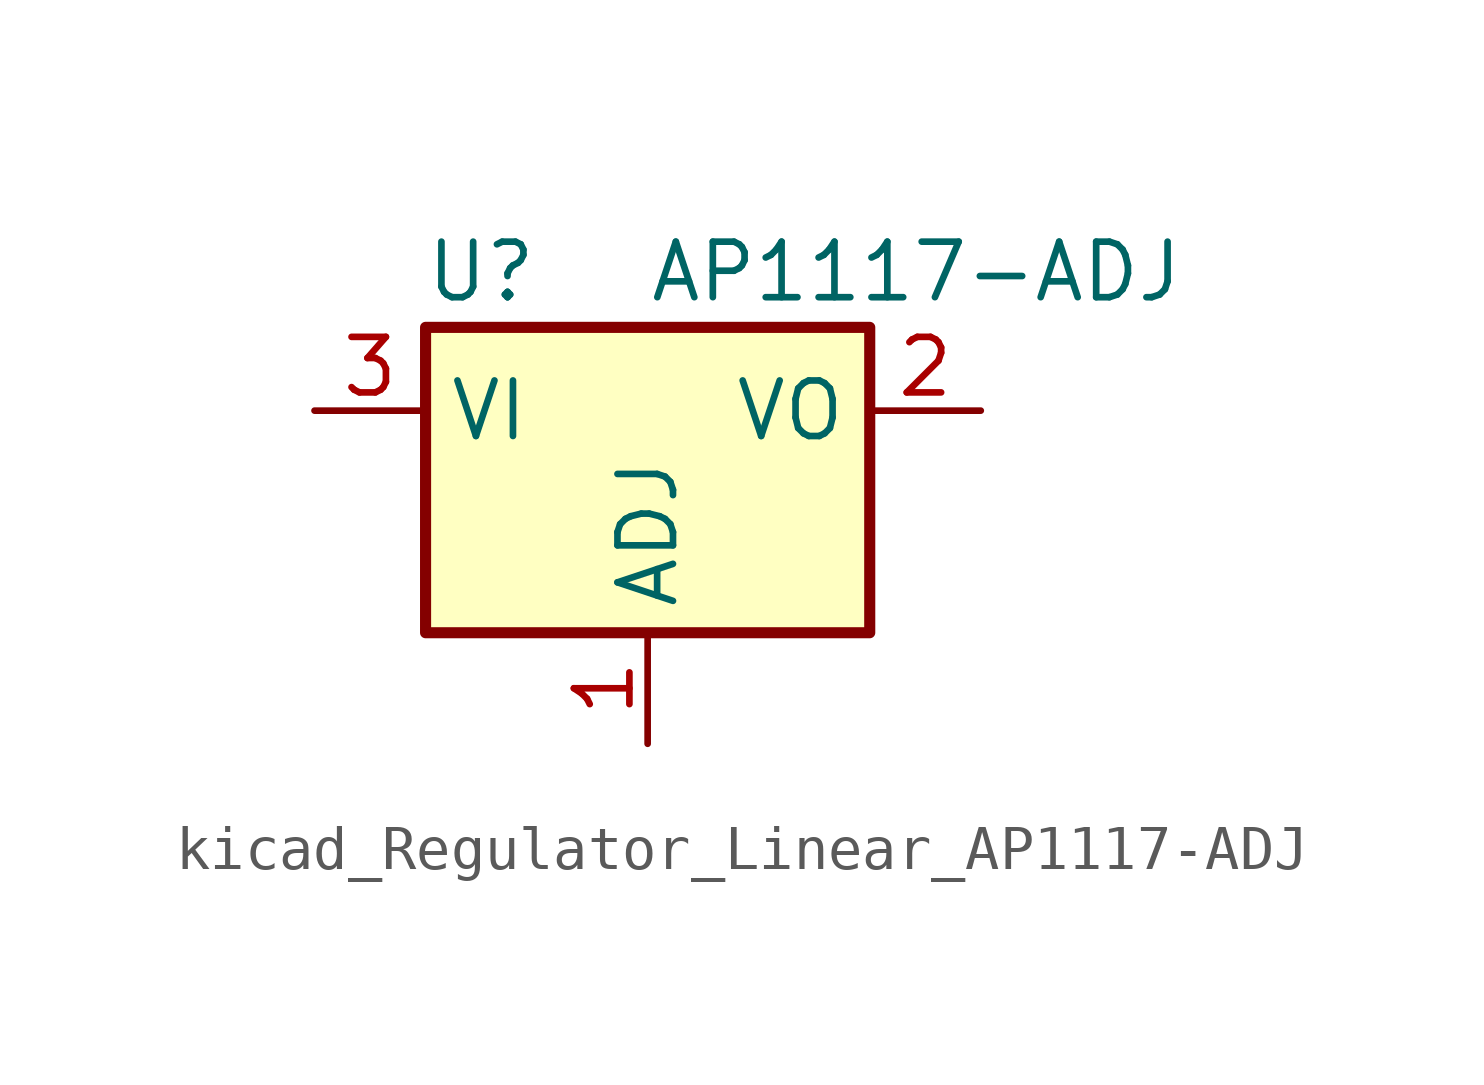
<source format=kicad_sym>
(kicad_symbol_lib
  (version 20220914)
  (generator kicad_symbol_editor)
  (symbol "kicad_Regulator_Linear_AP1117-ADJ"
    (property "Reference" "U"
      (at -3.81 3.175 0)
      (effects (font (size 1.27 1.27))))
    (property "Value" "AP1117-ADJ"
      (at 0 3.175 0)
      (effects (font (size 1.27 1.27)) (justify left)))
    (symbol "kicad_Regulator_Linear_AP1117-ADJ_0_1"
      (rectangle (start -5.08 -5.08) (end 5.08 1.905) (stroke (width 0.254) (type default)) (fill (type background))))
    (symbol "kicad_Regulator_Linear_AP1117-ADJ_1_1"
      (pin input line (at 0 -7.62 90) (length 2.54) (name "ADJ" (effects (font (size 1.27 1.27)))) (number "1" (effects (font (size 1.27 1.27)))))
      (pin power_out line (at 7.62 0 180) (length 2.54) (name "VO" (effects (font (size 1.27 1.27)))) (number "2" (effects (font (size 1.27 1.27)))))
      (pin power_in line (at -7.62 0 0) (length 2.54) (name "VI" (effects (font (size 1.27 1.27)))) (number "3" (effects (font (size 1.27 1.27))))))))
</source>
